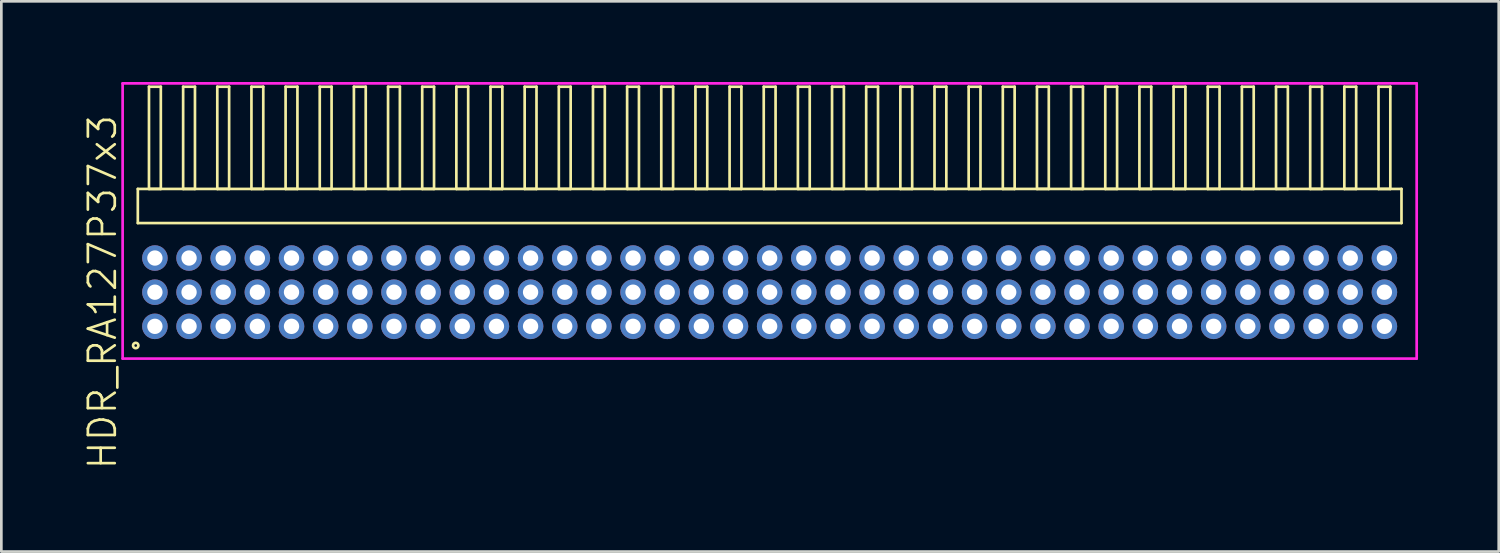
<source format=kicad_pcb>
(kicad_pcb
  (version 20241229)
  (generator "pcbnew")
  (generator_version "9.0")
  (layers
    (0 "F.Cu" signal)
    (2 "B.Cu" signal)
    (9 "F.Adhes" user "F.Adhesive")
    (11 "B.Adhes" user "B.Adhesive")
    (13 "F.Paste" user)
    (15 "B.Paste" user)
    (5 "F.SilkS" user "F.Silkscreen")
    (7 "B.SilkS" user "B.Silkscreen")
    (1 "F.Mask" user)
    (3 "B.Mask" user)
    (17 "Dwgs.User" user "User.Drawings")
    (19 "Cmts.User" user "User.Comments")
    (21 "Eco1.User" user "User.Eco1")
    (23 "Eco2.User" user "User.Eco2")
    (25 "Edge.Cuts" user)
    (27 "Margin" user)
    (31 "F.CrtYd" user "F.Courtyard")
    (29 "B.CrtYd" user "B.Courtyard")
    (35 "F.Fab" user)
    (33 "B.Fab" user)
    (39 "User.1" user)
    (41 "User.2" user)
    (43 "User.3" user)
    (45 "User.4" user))
  (footprint "HDR_RA127P37x3"
    (layer "F.Cu")
    (at 25.57 7.815)
    (property "Reference" "HDR_RA127P37x3" (at -24.81 0 90) (layer "F.SilkS") (effects (font (size 1 1) (thickness 0.1))))
    (attr through_hole)
    (fp_line (start -23.495 -3.84) (end -23.495 -2.57) (stroke (width 0.1) (type solid)) (layer "F.SilkS"))
    (fp_line (start -23.495 -2.57) (end 23.495 -2.57) (stroke (width 0.1) (type solid)) (layer "F.SilkS"))
    (fp_line (start -23.08 -7.64) (end -23.08 -3.84) (stroke (width 0.1) (type solid)) (layer "F.SilkS"))
    (fp_line (start -23.08 -3.84) (end -22.64 -3.84) (stroke (width 0.1) (type solid)) (layer "F.SilkS"))
    (fp_line (start -22.64 -7.64) (end -23.08 -7.64) (stroke (width 0.1) (type solid)) (layer "F.SilkS"))
    (fp_line (start -22.64 -3.84) (end -22.64 -7.64) (stroke (width 0.1) (type solid)) (layer "F.SilkS"))
    (fp_line (start -21.81 -7.64) (end -21.81 -3.84) (stroke (width 0.1) (type solid)) (layer "F.SilkS"))
    (fp_line (start -21.81 -3.84) (end -21.37 -3.84) (stroke (width 0.1) (type solid)) (layer "F.SilkS"))
    (fp_line (start -21.37 -7.64) (end -21.81 -7.64) (stroke (width 0.1) (type solid)) (layer "F.SilkS"))
    (fp_line (start -21.37 -3.84) (end -21.37 -7.64) (stroke (width 0.1) (type solid)) (layer "F.SilkS"))
    (fp_line (start -20.54 -7.64) (end -20.54 -3.84) (stroke (width 0.1) (type solid)) (layer "F.SilkS"))
    (fp_line (start -20.54 -3.84) (end -20.1 -3.84) (stroke (width 0.1) (type solid)) (layer "F.SilkS"))
    (fp_line (start -20.1 -7.64) (end -20.54 -7.64) (stroke (width 0.1) (type solid)) (layer "F.SilkS"))
    (fp_line (start -20.1 -3.84) (end -20.1 -7.64) (stroke (width 0.1) (type solid)) (layer "F.SilkS"))
    (fp_line (start -19.27 -7.64) (end -19.27 -3.84) (stroke (width 0.1) (type solid)) (layer "F.SilkS"))
    (fp_line (start -19.27 -3.84) (end -18.83 -3.84) (stroke (width 0.1) (type solid)) (layer "F.SilkS"))
    (fp_line (start -18.83 -7.64) (end -19.27 -7.64) (stroke (width 0.1) (type solid)) (layer "F.SilkS"))
    (fp_line (start -18.83 -3.84) (end -18.83 -7.64) (stroke (width 0.1) (type solid)) (layer "F.SilkS"))
    (fp_line (start -18 -7.64) (end -18 -3.84) (stroke (width 0.1) (type solid)) (layer "F.SilkS"))
    (fp_line (start -18 -3.84) (end -17.56 -3.84) (stroke (width 0.1) (type solid)) (layer "F.SilkS"))
    (fp_line (start -17.56 -7.64) (end -18 -7.64) (stroke (width 0.1) (type solid)) (layer "F.SilkS"))
    (fp_line (start -17.56 -3.84) (end -17.56 -7.64) (stroke (width 0.1) (type solid)) (layer "F.SilkS"))
    (fp_line (start -16.73 -7.64) (end -16.73 -3.84) (stroke (width 0.1) (type solid)) (layer "F.SilkS"))
    (fp_line (start -16.73 -3.84) (end -16.29 -3.84) (stroke (width 0.1) (type solid)) (layer "F.SilkS"))
    (fp_line (start -16.29 -7.64) (end -16.73 -7.64) (stroke (width 0.1) (type solid)) (layer "F.SilkS"))
    (fp_line (start -16.29 -3.84) (end -16.29 -7.64) (stroke (width 0.1) (type solid)) (layer "F.SilkS"))
    (fp_line (start -15.46 -7.64) (end -15.46 -3.84) (stroke (width 0.1) (type solid)) (layer "F.SilkS"))
    (fp_line (start -15.46 -3.84) (end -15.02 -3.84) (stroke (width 0.1) (type solid)) (layer "F.SilkS"))
    (fp_line (start -15.02 -7.64) (end -15.46 -7.64) (stroke (width 0.1) (type solid)) (layer "F.SilkS"))
    (fp_line (start -15.02 -3.84) (end -15.02 -7.64) (stroke (width 0.1) (type solid)) (layer "F.SilkS"))
    (fp_line (start -14.19 -7.64) (end -14.19 -3.84) (stroke (width 0.1) (type solid)) (layer "F.SilkS"))
    (fp_line (start -14.19 -3.84) (end -13.75 -3.84) (stroke (width 0.1) (type solid)) (layer "F.SilkS"))
    (fp_line (start -13.75 -7.64) (end -14.19 -7.64) (stroke (width 0.1) (type solid)) (layer "F.SilkS"))
    (fp_line (start -13.75 -3.84) (end -13.75 -7.64) (stroke (width 0.1) (type solid)) (layer "F.SilkS"))
    (fp_line (start -12.92 -7.64) (end -12.92 -3.84) (stroke (width 0.1) (type solid)) (layer "F.SilkS"))
    (fp_line (start -12.92 -3.84) (end -12.48 -3.84) (stroke (width 0.1) (type solid)) (layer "F.SilkS"))
    (fp_line (start -12.48 -7.64) (end -12.92 -7.64) (stroke (width 0.1) (type solid)) (layer "F.SilkS"))
    (fp_line (start -12.48 -3.84) (end -12.48 -7.64) (stroke (width 0.1) (type solid)) (layer "F.SilkS"))
    (fp_line (start -11.65 -7.64) (end -11.65 -3.84) (stroke (width 0.1) (type solid)) (layer "F.SilkS"))
    (fp_line (start -11.65 -3.84) (end -11.21 -3.84) (stroke (width 0.1) (type solid)) (layer "F.SilkS"))
    (fp_line (start -11.21 -7.64) (end -11.65 -7.64) (stroke (width 0.1) (type solid)) (layer "F.SilkS"))
    (fp_line (start -11.21 -3.84) (end -11.21 -7.64) (stroke (width 0.1) (type solid)) (layer "F.SilkS"))
    (fp_line (start -10.38 -7.64) (end -10.38 -3.84) (stroke (width 0.1) (type solid)) (layer "F.SilkS"))
    (fp_line (start -10.38 -3.84) (end -9.94 -3.84) (stroke (width 0.1) (type solid)) (layer "F.SilkS"))
    (fp_line (start -9.94 -7.64) (end -10.38 -7.64) (stroke (width 0.1) (type solid)) (layer "F.SilkS"))
    (fp_line (start -9.94 -3.84) (end -9.94 -7.64) (stroke (width 0.1) (type solid)) (layer "F.SilkS"))
    (fp_line (start -9.11 -7.64) (end -9.11 -3.84) (stroke (width 0.1) (type solid)) (layer "F.SilkS"))
    (fp_line (start -9.11 -3.84) (end -8.67 -3.84) (stroke (width 0.1) (type solid)) (layer "F.SilkS"))
    (fp_line (start -8.67 -7.64) (end -9.11 -7.64) (stroke (width 0.1) (type solid)) (layer "F.SilkS"))
    (fp_line (start -8.67 -3.84) (end -8.67 -7.64) (stroke (width 0.1) (type solid)) (layer "F.SilkS"))
    (fp_line (start -7.84 -7.64) (end -7.84 -3.84) (stroke (width 0.1) (type solid)) (layer "F.SilkS"))
    (fp_line (start -7.84 -3.84) (end -7.4 -3.84) (stroke (width 0.1) (type solid)) (layer "F.SilkS"))
    (fp_line (start -7.4 -7.64) (end -7.84 -7.64) (stroke (width 0.1) (type solid)) (layer "F.SilkS"))
    (fp_line (start -7.4 -3.84) (end -7.4 -7.64) (stroke (width 0.1) (type solid)) (layer "F.SilkS"))
    (fp_line (start -6.57 -7.64) (end -6.57 -3.84) (stroke (width 0.1) (type solid)) (layer "F.SilkS"))
    (fp_line (start -6.57 -3.84) (end -6.13 -3.84) (stroke (width 0.1) (type solid)) (layer "F.SilkS"))
    (fp_line (start -6.13 -7.64) (end -6.57 -7.64) (stroke (width 0.1) (type solid)) (layer "F.SilkS"))
    (fp_line (start -6.13 -3.84) (end -6.13 -7.64) (stroke (width 0.1) (type solid)) (layer "F.SilkS"))
    (fp_line (start -5.3 -7.64) (end -5.3 -3.84) (stroke (width 0.1) (type solid)) (layer "F.SilkS"))
    (fp_line (start -5.3 -3.84) (end -4.86 -3.84) (stroke (width 0.1) (type solid)) (layer "F.SilkS"))
    (fp_line (start -4.86 -7.64) (end -5.3 -7.64) (stroke (width 0.1) (type solid)) (layer "F.SilkS"))
    (fp_line (start -4.86 -3.84) (end -4.86 -7.64) (stroke (width 0.1) (type solid)) (layer "F.SilkS"))
    (fp_line (start -4.03 -7.64) (end -4.03 -3.84) (stroke (width 0.1) (type solid)) (layer "F.SilkS"))
    (fp_line (start -4.03 -3.84) (end -3.59 -3.84) (stroke (width 0.1) (type solid)) (layer "F.SilkS"))
    (fp_line (start -3.59 -7.64) (end -4.03 -7.64) (stroke (width 0.1) (type solid)) (layer "F.SilkS"))
    (fp_line (start -3.59 -3.84) (end -3.59 -7.64) (stroke (width 0.1) (type solid)) (layer "F.SilkS"))
    (fp_line (start -2.76 -7.64) (end -2.76 -3.84) (stroke (width 0.1) (type solid)) (layer "F.SilkS"))
    (fp_line (start -2.76 -3.84) (end -2.32 -3.84) (stroke (width 0.1) (type solid)) (layer "F.SilkS"))
    (fp_line (start -2.32 -7.64) (end -2.76 -7.64) (stroke (width 0.1) (type solid)) (layer "F.SilkS"))
    (fp_line (start -2.32 -3.84) (end -2.32 -7.64) (stroke (width 0.1) (type solid)) (layer "F.SilkS"))
    (fp_line (start -1.49 -7.64) (end -1.49 -3.84) (stroke (width 0.1) (type solid)) (layer "F.SilkS"))
    (fp_line (start -1.49 -3.84) (end -1.05 -3.84) (stroke (width 0.1) (type solid)) (layer "F.SilkS"))
    (fp_line (start -1.05 -7.64) (end -1.49 -7.64) (stroke (width 0.1) (type solid)) (layer "F.SilkS"))
    (fp_line (start -1.05 -3.84) (end -1.05 -7.64) (stroke (width 0.1) (type solid)) (layer "F.SilkS"))
    (fp_line (start -0.22 -7.64) (end -0.22 -3.84) (stroke (width 0.1) (type solid)) (layer "F.SilkS"))
    (fp_line (start -0.22 -3.84) (end 0.22 -3.84) (stroke (width 0.1) (type solid)) (layer "F.SilkS"))
    (fp_line (start 0.22 -7.64) (end -0.22 -7.64) (stroke (width 0.1) (type solid)) (layer "F.SilkS"))
    (fp_line (start 0.22 -3.84) (end 0.22 -7.64) (stroke (width 0.1) (type solid)) (layer "F.SilkS"))
    (fp_line (start 1.05 -7.64) (end 1.05 -3.84) (stroke (width 0.1) (type solid)) (layer "F.SilkS"))
    (fp_line (start 1.05 -3.84) (end 1.49 -3.84) (stroke (width 0.1) (type solid)) (layer "F.SilkS"))
    (fp_line (start 1.49 -7.64) (end 1.05 -7.64) (stroke (width 0.1) (type solid)) (layer "F.SilkS"))
    (fp_line (start 1.49 -3.84) (end 1.49 -7.64) (stroke (width 0.1) (type solid)) (layer "F.SilkS"))
    (fp_line (start 2.32 -7.64) (end 2.32 -3.84) (stroke (width 0.1) (type solid)) (layer "F.SilkS"))
    (fp_line (start 2.32 -3.84) (end 2.76 -3.84) (stroke (width 0.1) (type solid)) (layer "F.SilkS"))
    (fp_line (start 2.76 -7.64) (end 2.32 -7.64) (stroke (width 0.1) (type solid)) (layer "F.SilkS"))
    (fp_line (start 2.76 -3.84) (end 2.76 -7.64) (stroke (width 0.1) (type solid)) (layer "F.SilkS"))
    (fp_line (start 3.59 -7.64) (end 3.59 -3.84) (stroke (width 0.1) (type solid)) (layer "F.SilkS"))
    (fp_line (start 3.59 -3.84) (end 4.03 -3.84) (stroke (width 0.1) (type solid)) (layer "F.SilkS"))
    (fp_line (start 4.03 -7.64) (end 3.59 -7.64) (stroke (width 0.1) (type solid)) (layer "F.SilkS"))
    (fp_line (start 4.03 -3.84) (end 4.03 -7.64) (stroke (width 0.1) (type solid)) (layer "F.SilkS"))
    (fp_line (start 4.86 -7.64) (end 4.86 -3.84) (stroke (width 0.1) (type solid)) (layer "F.SilkS"))
    (fp_line (start 4.86 -3.84) (end 5.3 -3.84) (stroke (width 0.1) (type solid)) (layer "F.SilkS"))
    (fp_line (start 5.3 -7.64) (end 4.86 -7.64) (stroke (width 0.1) (type solid)) (layer "F.SilkS"))
    (fp_line (start 5.3 -3.84) (end 5.3 -7.64) (stroke (width 0.1) (type solid)) (layer "F.SilkS"))
    (fp_line (start 6.13 -7.64) (end 6.13 -3.84) (stroke (width 0.1) (type solid)) (layer "F.SilkS"))
    (fp_line (start 6.13 -3.84) (end 6.57 -3.84) (stroke (width 0.1) (type solid)) (layer "F.SilkS"))
    (fp_line (start 6.57 -7.64) (end 6.13 -7.64) (stroke (width 0.1) (type solid)) (layer "F.SilkS"))
    (fp_line (start 6.57 -3.84) (end 6.57 -7.64) (stroke (width 0.1) (type solid)) (layer "F.SilkS"))
    (fp_line (start 7.4 -7.64) (end 7.4 -3.84) (stroke (width 0.1) (type solid)) (layer "F.SilkS"))
    (fp_line (start 7.4 -3.84) (end 7.84 -3.84) (stroke (width 0.1) (type solid)) (layer "F.SilkS"))
    (fp_line (start 7.84 -7.64) (end 7.4 -7.64) (stroke (width 0.1) (type solid)) (layer "F.SilkS"))
    (fp_line (start 7.84 -3.84) (end 7.84 -7.64) (stroke (width 0.1) (type solid)) (layer "F.SilkS"))
    (fp_line (start 8.67 -7.64) (end 8.67 -3.84) (stroke (width 0.1) (type solid)) (layer "F.SilkS"))
    (fp_line (start 8.67 -3.84) (end 9.11 -3.84) (stroke (width 0.1) (type solid)) (layer "F.SilkS"))
    (fp_line (start 9.11 -7.64) (end 8.67 -7.64) (stroke (width 0.1) (type solid)) (layer "F.SilkS"))
    (fp_line (start 9.11 -3.84) (end 9.11 -7.64) (stroke (width 0.1) (type solid)) (layer "F.SilkS"))
    (fp_line (start 9.94 -7.64) (end 9.94 -3.84) (stroke (width 0.1) (type solid)) (layer "F.SilkS"))
    (fp_line (start 9.94 -3.84) (end 10.38 -3.84) (stroke (width 0.1) (type solid)) (layer "F.SilkS"))
    (fp_line (start 10.38 -7.64) (end 9.94 -7.64) (stroke (width 0.1) (type solid)) (layer "F.SilkS"))
    (fp_line (start 10.38 -3.84) (end 10.38 -7.64) (stroke (width 0.1) (type solid)) (layer "F.SilkS"))
    (fp_line (start 11.21 -7.64) (end 11.21 -3.84) (stroke (width 0.1) (type solid)) (layer "F.SilkS"))
    (fp_line (start 11.21 -3.84) (end 11.65 -3.84) (stroke (width 0.1) (type solid)) (layer "F.SilkS"))
    (fp_line (start 11.65 -7.64) (end 11.21 -7.64) (stroke (width 0.1) (type solid)) (layer "F.SilkS"))
    (fp_line (start 11.65 -3.84) (end 11.65 -7.64) (stroke (width 0.1) (type solid)) (layer "F.SilkS"))
    (fp_line (start 12.48 -7.64) (end 12.48 -3.84) (stroke (width 0.1) (type solid)) (layer "F.SilkS"))
    (fp_line (start 12.48 -3.84) (end 12.92 -3.84) (stroke (width 0.1) (type solid)) (layer "F.SilkS"))
    (fp_line (start 12.92 -7.64) (end 12.48 -7.64) (stroke (width 0.1) (type solid)) (layer "F.SilkS"))
    (fp_line (start 12.92 -3.84) (end 12.92 -7.64) (stroke (width 0.1) (type solid)) (layer "F.SilkS"))
    (fp_line (start 13.75 -7.64) (end 13.75 -3.84) (stroke (width 0.1) (type solid)) (layer "F.SilkS"))
    (fp_line (start 13.75 -3.84) (end 14.19 -3.84) (stroke (width 0.1) (type solid)) (layer "F.SilkS"))
    (fp_line (start 14.19 -7.64) (end 13.75 -7.64) (stroke (width 0.1) (type solid)) (layer "F.SilkS"))
    (fp_line (start 14.19 -3.84) (end 14.19 -7.64) (stroke (width 0.1) (type solid)) (layer "F.SilkS"))
    (fp_line (start 15.02 -7.64) (end 15.02 -3.84) (stroke (width 0.1) (type solid)) (layer "F.SilkS"))
    (fp_line (start 15.02 -3.84) (end 15.46 -3.84) (stroke (width 0.1) (type solid)) (layer "F.SilkS"))
    (fp_line (start 15.46 -7.64) (end 15.02 -7.64) (stroke (width 0.1) (type solid)) (layer "F.SilkS"))
    (fp_line (start 15.46 -3.84) (end 15.46 -7.64) (stroke (width 0.1) (type solid)) (layer "F.SilkS"))
    (fp_line (start 16.29 -7.64) (end 16.29 -3.84) (stroke (width 0.1) (type solid)) (layer "F.SilkS"))
    (fp_line (start 16.29 -3.84) (end 16.73 -3.84) (stroke (width 0.1) (type solid)) (layer "F.SilkS"))
    (fp_line (start 16.73 -7.64) (end 16.29 -7.64) (stroke (width 0.1) (type solid)) (layer "F.SilkS"))
    (fp_line (start 16.73 -3.84) (end 16.73 -7.64) (stroke (width 0.1) (type solid)) (layer "F.SilkS"))
    (fp_line (start 17.56 -7.64) (end 17.56 -3.84) (stroke (width 0.1) (type solid)) (layer "F.SilkS"))
    (fp_line (start 17.56 -3.84) (end 18 -3.84) (stroke (width 0.1) (type solid)) (layer "F.SilkS"))
    (fp_line (start 18 -7.64) (end 17.56 -7.64) (stroke (width 0.1) (type solid)) (layer "F.SilkS"))
    (fp_line (start 18 -3.84) (end 18 -7.64) (stroke (width 0.1) (type solid)) (layer "F.SilkS"))
    (fp_line (start 18.83 -7.64) (end 18.83 -3.84) (stroke (width 0.1) (type solid)) (layer "F.SilkS"))
    (fp_line (start 18.83 -3.84) (end 19.27 -3.84) (stroke (width 0.1) (type solid)) (layer "F.SilkS"))
    (fp_line (start 19.27 -7.64) (end 18.83 -7.64) (stroke (width 0.1) (type solid)) (layer "F.SilkS"))
    (fp_line (start 19.27 -3.84) (end 19.27 -7.64) (stroke (width 0.1) (type solid)) (layer "F.SilkS"))
    (fp_line (start 20.1 -7.64) (end 20.1 -3.84) (stroke (width 0.1) (type solid)) (layer "F.SilkS"))
    (fp_line (start 20.1 -3.84) (end 20.54 -3.84) (stroke (width 0.1) (type solid)) (layer "F.SilkS"))
    (fp_line (start 20.54 -7.64) (end 20.1 -7.64) (stroke (width 0.1) (type solid)) (layer "F.SilkS"))
    (fp_line (start 20.54 -3.84) (end 20.54 -7.64) (stroke (width 0.1) (type solid)) (layer "F.SilkS"))
    (fp_line (start 21.37 -7.64) (end 21.37 -3.84) (stroke (width 0.1) (type solid)) (layer "F.SilkS"))
    (fp_line (start 21.37 -3.84) (end 21.81 -3.84) (stroke (width 0.1) (type solid)) (layer "F.SilkS"))
    (fp_line (start 21.81 -7.64) (end 21.37 -7.64) (stroke (width 0.1) (type solid)) (layer "F.SilkS"))
    (fp_line (start 21.81 -3.84) (end 21.81 -7.64) (stroke (width 0.1) (type solid)) (layer "F.SilkS"))
    (fp_line (start 22.64 -7.64) (end 22.64 -3.84) (stroke (width 0.1) (type solid)) (layer "F.SilkS"))
    (fp_line (start 22.64 -3.84) (end 23.08 -3.84) (stroke (width 0.1) (type solid)) (layer "F.SilkS"))
    (fp_line (start 23.08 -7.64) (end 22.64 -7.64) (stroke (width 0.1) (type solid)) (layer "F.SilkS"))
    (fp_line (start 23.08 -3.84) (end 23.08 -7.64) (stroke (width 0.1) (type solid)) (layer "F.SilkS"))
    (fp_line (start 23.495 -3.84) (end -23.495 -3.84) (stroke (width 0.1) (type solid)) (layer "F.SilkS"))
    (fp_line (start 23.495 -2.57) (end 23.495 -3.84) (stroke (width 0.1) (type solid)) (layer "F.SilkS"))
    (fp_circle (center -23.573 1.983) (end -23.473 1.983) (stroke (width 0.1) (type solid)) (fill no) (layer "F.SilkS"))
    (fp_line (start -24.06 -7.765) (end -24.06 2.47) (stroke (width 0.1) (type solid)) (layer "F.CrtYd"))
    (fp_line (start -24.06 2.47) (end 24.06 2.47) (stroke (width 0.1) (type solid)) (layer "F.CrtYd"))
    (fp_line (start 24.06 -7.765) (end -24.06 -7.765) (stroke (width 0.1) (type solid)) (layer "F.CrtYd"))
    (fp_line (start 24.06 2.47) (end 24.06 -7.765) (stroke (width 0.1) (type solid)) (layer "F.CrtYd"))
    (pad "1" thru_hole oval (at -22.86 1.27) (size 0.95 0.95) (drill 0.57) (layers "*.Cu" "*.Mask"))
    (pad "2" thru_hole oval (at -22.86 0) (size 0.95 0.95) (drill 0.57) (layers "*.Cu" "*.Mask"))
    (pad "3" thru_hole oval (at -22.86 -1.27) (size 0.95 0.95) (drill 0.57) (layers "*.Cu" "*.Mask"))
    (pad "4" thru_hole oval (at -21.59 1.27) (size 0.95 0.95) (drill 0.57) (layers "*.Cu" "*.Mask"))
    (pad "5" thru_hole oval (at -21.59 0) (size 0.95 0.95) (drill 0.57) (layers "*.Cu" "*.Mask"))
    (pad "6" thru_hole oval (at -21.59 -1.27) (size 0.95 0.95) (drill 0.57) (layers "*.Cu" "*.Mask"))
    (pad "7" thru_hole oval (at -20.32 1.27) (size 0.95 0.95) (drill 0.57) (layers "*.Cu" "*.Mask"))
    (pad "8" thru_hole oval (at -20.32 0) (size 0.95 0.95) (drill 0.57) (layers "*.Cu" "*.Mask"))
    (pad "9" thru_hole oval (at -20.32 -1.27) (size 0.95 0.95) (drill 0.57) (layers "*.Cu" "*.Mask"))
    (pad "10" thru_hole oval (at -19.05 1.27) (size 0.95 0.95) (drill 0.57) (layers "*.Cu" "*.Mask"))
    (pad "11" thru_hole oval (at -19.05 0) (size 0.95 0.95) (drill 0.57) (layers "*.Cu" "*.Mask"))
    (pad "12" thru_hole oval (at -19.05 -1.27) (size 0.95 0.95) (drill 0.57) (layers "*.Cu" "*.Mask"))
    (pad "13" thru_hole oval (at -17.78 1.27) (size 0.95 0.95) (drill 0.57) (layers "*.Cu" "*.Mask"))
    (pad "14" thru_hole oval (at -17.78 0) (size 0.95 0.95) (drill 0.57) (layers "*.Cu" "*.Mask"))
    (pad "15" thru_hole oval (at -17.78 -1.27) (size 0.95 0.95) (drill 0.57) (layers "*.Cu" "*.Mask"))
    (pad "16" thru_hole oval (at -16.51 1.27) (size 0.95 0.95) (drill 0.57) (layers "*.Cu" "*.Mask"))
    (pad "17" thru_hole oval (at -16.51 0) (size 0.95 0.95) (drill 0.57) (layers "*.Cu" "*.Mask"))
    (pad "18" thru_hole oval (at -16.51 -1.27) (size 0.95 0.95) (drill 0.57) (layers "*.Cu" "*.Mask"))
    (pad "19" thru_hole oval (at -15.24 1.27) (size 0.95 0.95) (drill 0.57) (layers "*.Cu" "*.Mask"))
    (pad "20" thru_hole oval (at -15.24 0) (size 0.95 0.95) (drill 0.57) (layers "*.Cu" "*.Mask"))
    (pad "21" thru_hole oval (at -15.24 -1.27) (size 0.95 0.95) (drill 0.57) (layers "*.Cu" "*.Mask"))
    (pad "22" thru_hole oval (at -13.97 1.27) (size 0.95 0.95) (drill 0.57) (layers "*.Cu" "*.Mask"))
    (pad "23" thru_hole oval (at -13.97 0) (size 0.95 0.95) (drill 0.57) (layers "*.Cu" "*.Mask"))
    (pad "24" thru_hole oval (at -13.97 -1.27) (size 0.95 0.95) (drill 0.57) (layers "*.Cu" "*.Mask"))
    (pad "25" thru_hole oval (at -12.7 1.27) (size 0.95 0.95) (drill 0.57) (layers "*.Cu" "*.Mask"))
    (pad "26" thru_hole oval (at -12.7 0) (size 0.95 0.95) (drill 0.57) (layers "*.Cu" "*.Mask"))
    (pad "27" thru_hole oval (at -12.7 -1.27) (size 0.95 0.95) (drill 0.57) (layers "*.Cu" "*.Mask"))
    (pad "28" thru_hole oval (at -11.43 1.27) (size 0.95 0.95) (drill 0.57) (layers "*.Cu" "*.Mask"))
    (pad "29" thru_hole oval (at -11.43 0) (size 0.95 0.95) (drill 0.57) (layers "*.Cu" "*.Mask"))
    (pad "30" thru_hole oval (at -11.43 -1.27) (size 0.95 0.95) (drill 0.57) (layers "*.Cu" "*.Mask"))
    (pad "31" thru_hole oval (at -10.16 1.27) (size 0.95 0.95) (drill 0.57) (layers "*.Cu" "*.Mask"))
    (pad "32" thru_hole oval (at -10.16 0) (size 0.95 0.95) (drill 0.57) (layers "*.Cu" "*.Mask"))
    (pad "33" thru_hole oval (at -10.16 -1.27) (size 0.95 0.95) (drill 0.57) (layers "*.Cu" "*.Mask"))
    (pad "34" thru_hole oval (at -8.89 1.27) (size 0.95 0.95) (drill 0.57) (layers "*.Cu" "*.Mask"))
    (pad "35" thru_hole oval (at -8.89 0) (size 0.95 0.95) (drill 0.57) (layers "*.Cu" "*.Mask"))
    (pad "36" thru_hole oval (at -8.89 -1.27) (size 0.95 0.95) (drill 0.57) (layers "*.Cu" "*.Mask"))
    (pad "37" thru_hole oval (at -7.62 1.27) (size 0.95 0.95) (drill 0.57) (layers "*.Cu" "*.Mask"))
    (pad "38" thru_hole oval (at -7.62 0) (size 0.95 0.95) (drill 0.57) (layers "*.Cu" "*.Mask"))
    (pad "39" thru_hole oval (at -7.62 -1.27) (size 0.95 0.95) (drill 0.57) (layers "*.Cu" "*.Mask"))
    (pad "40" thru_hole oval (at -6.35 1.27) (size 0.95 0.95) (drill 0.57) (layers "*.Cu" "*.Mask"))
    (pad "41" thru_hole oval (at -6.35 0) (size 0.95 0.95) (drill 0.57) (layers "*.Cu" "*.Mask"))
    (pad "42" thru_hole oval (at -6.35 -1.27) (size 0.95 0.95) (drill 0.57) (layers "*.Cu" "*.Mask"))
    (pad "43" thru_hole oval (at -5.08 1.27) (size 0.95 0.95) (drill 0.57) (layers "*.Cu" "*.Mask"))
    (pad "44" thru_hole oval (at -5.08 0) (size 0.95 0.95) (drill 0.57) (layers "*.Cu" "*.Mask"))
    (pad "45" thru_hole oval (at -5.08 -1.27) (size 0.95 0.95) (drill 0.57) (layers "*.Cu" "*.Mask"))
    (pad "46" thru_hole oval (at -3.81 1.27) (size 0.95 0.95) (drill 0.57) (layers "*.Cu" "*.Mask"))
    (pad "47" thru_hole oval (at -3.81 0) (size 0.95 0.95) (drill 0.57) (layers "*.Cu" "*.Mask"))
    (pad "48" thru_hole oval (at -3.81 -1.27) (size 0.95 0.95) (drill 0.57) (layers "*.Cu" "*.Mask"))
    (pad "49" thru_hole oval (at -2.54 1.27) (size 0.95 0.95) (drill 0.57) (layers "*.Cu" "*.Mask"))
    (pad "50" thru_hole oval (at -2.54 0) (size 0.95 0.95) (drill 0.57) (layers "*.Cu" "*.Mask"))
    (pad "51" thru_hole oval (at -2.54 -1.27) (size 0.95 0.95) (drill 0.57) (layers "*.Cu" "*.Mask"))
    (pad "52" thru_hole oval (at -1.27 1.27) (size 0.95 0.95) (drill 0.57) (layers "*.Cu" "*.Mask"))
    (pad "53" thru_hole oval (at -1.27 0) (size 0.95 0.95) (drill 0.57) (layers "*.Cu" "*.Mask"))
    (pad "54" thru_hole oval (at -1.27 -1.27) (size 0.95 0.95) (drill 0.57) (layers "*.Cu" "*.Mask"))
    (pad "55" thru_hole oval (at 0 1.27) (size 0.95 0.95) (drill 0.57) (layers "*.Cu" "*.Mask"))
    (pad "56" thru_hole oval (at 0 0) (size 0.95 0.95) (drill 0.57) (layers "*.Cu" "*.Mask"))
    (pad "57" thru_hole oval (at 0 -1.27) (size 0.95 0.95) (drill 0.57) (layers "*.Cu" "*.Mask"))
    (pad "58" thru_hole oval (at 1.27 1.27) (size 0.95 0.95) (drill 0.57) (layers "*.Cu" "*.Mask"))
    (pad "59" thru_hole oval (at 1.27 0) (size 0.95 0.95) (drill 0.57) (layers "*.Cu" "*.Mask"))
    (pad "60" thru_hole oval (at 1.27 -1.27) (size 0.95 0.95) (drill 0.57) (layers "*.Cu" "*.Mask"))
    (pad "61" thru_hole oval (at 2.54 1.27) (size 0.95 0.95) (drill 0.57) (layers "*.Cu" "*.Mask"))
    (pad "62" thru_hole oval (at 2.54 0) (size 0.95 0.95) (drill 0.57) (layers "*.Cu" "*.Mask"))
    (pad "63" thru_hole oval (at 2.54 -1.27) (size 0.95 0.95) (drill 0.57) (layers "*.Cu" "*.Mask"))
    (pad "64" thru_hole oval (at 3.81 1.27) (size 0.95 0.95) (drill 0.57) (layers "*.Cu" "*.Mask"))
    (pad "65" thru_hole oval (at 3.81 0) (size 0.95 0.95) (drill 0.57) (layers "*.Cu" "*.Mask"))
    (pad "66" thru_hole oval (at 3.81 -1.27) (size 0.95 0.95) (drill 0.57) (layers "*.Cu" "*.Mask"))
    (pad "67" thru_hole oval (at 5.08 1.27) (size 0.95 0.95) (drill 0.57) (layers "*.Cu" "*.Mask"))
    (pad "68" thru_hole oval (at 5.08 0) (size 0.95 0.95) (drill 0.57) (layers "*.Cu" "*.Mask"))
    (pad "69" thru_hole oval (at 5.08 -1.27) (size 0.95 0.95) (drill 0.57) (layers "*.Cu" "*.Mask"))
    (pad "70" thru_hole oval (at 6.35 1.27) (size 0.95 0.95) (drill 0.57) (layers "*.Cu" "*.Mask"))
    (pad "71" thru_hole oval (at 6.35 0) (size 0.95 0.95) (drill 0.57) (layers "*.Cu" "*.Mask"))
    (pad "72" thru_hole oval (at 6.35 -1.27) (size 0.95 0.95) (drill 0.57) (layers "*.Cu" "*.Mask"))
    (pad "73" thru_hole oval (at 7.62 1.27) (size 0.95 0.95) (drill 0.57) (layers "*.Cu" "*.Mask"))
    (pad "74" thru_hole oval (at 7.62 0) (size 0.95 0.95) (drill 0.57) (layers "*.Cu" "*.Mask"))
    (pad "75" thru_hole oval (at 7.62 -1.27) (size 0.95 0.95) (drill 0.57) (layers "*.Cu" "*.Mask"))
    (pad "76" thru_hole oval (at 8.89 1.27) (size 0.95 0.95) (drill 0.57) (layers "*.Cu" "*.Mask"))
    (pad "77" thru_hole oval (at 8.89 0) (size 0.95 0.95) (drill 0.57) (layers "*.Cu" "*.Mask"))
    (pad "78" thru_hole oval (at 8.89 -1.27) (size 0.95 0.95) (drill 0.57) (layers "*.Cu" "*.Mask"))
    (pad "79" thru_hole oval (at 10.16 1.27) (size 0.95 0.95) (drill 0.57) (layers "*.Cu" "*.Mask"))
    (pad "80" thru_hole oval (at 10.16 0) (size 0.95 0.95) (drill 0.57) (layers "*.Cu" "*.Mask"))
    (pad "81" thru_hole oval (at 10.16 -1.27) (size 0.95 0.95) (drill 0.57) (layers "*.Cu" "*.Mask"))
    (pad "82" thru_hole oval (at 11.43 1.27) (size 0.95 0.95) (drill 0.57) (layers "*.Cu" "*.Mask"))
    (pad "83" thru_hole oval (at 11.43 0) (size 0.95 0.95) (drill 0.57) (layers "*.Cu" "*.Mask"))
    (pad "84" thru_hole oval (at 11.43 -1.27) (size 0.95 0.95) (drill 0.57) (layers "*.Cu" "*.Mask"))
    (pad "85" thru_hole oval (at 12.7 1.27) (size 0.95 0.95) (drill 0.57) (layers "*.Cu" "*.Mask"))
    (pad "86" thru_hole oval (at 12.7 0) (size 0.95 0.95) (drill 0.57) (layers "*.Cu" "*.Mask"))
    (pad "87" thru_hole oval (at 12.7 -1.27) (size 0.95 0.95) (drill 0.57) (layers "*.Cu" "*.Mask"))
    (pad "88" thru_hole oval (at 13.97 1.27) (size 0.95 0.95) (drill 0.57) (layers "*.Cu" "*.Mask"))
    (pad "89" thru_hole oval (at 13.97 0) (size 0.95 0.95) (drill 0.57) (layers "*.Cu" "*.Mask"))
    (pad "90" thru_hole oval (at 13.97 -1.27) (size 0.95 0.95) (drill 0.57) (layers "*.Cu" "*.Mask"))
    (pad "91" thru_hole oval (at 15.24 1.27) (size 0.95 0.95) (drill 0.57) (layers "*.Cu" "*.Mask"))
    (pad "92" thru_hole oval (at 15.24 0) (size 0.95 0.95) (drill 0.57) (layers "*.Cu" "*.Mask"))
    (pad "93" thru_hole oval (at 15.24 -1.27) (size 0.95 0.95) (drill 0.57) (layers "*.Cu" "*.Mask"))
    (pad "94" thru_hole oval (at 16.51 1.27) (size 0.95 0.95) (drill 0.57) (layers "*.Cu" "*.Mask"))
    (pad "95" thru_hole oval (at 16.51 0) (size 0.95 0.95) (drill 0.57) (layers "*.Cu" "*.Mask"))
    (pad "96" thru_hole oval (at 16.51 -1.27) (size 0.95 0.95) (drill 0.57) (layers "*.Cu" "*.Mask"))
    (pad "97" thru_hole oval (at 17.78 1.27) (size 0.95 0.95) (drill 0.57) (layers "*.Cu" "*.Mask"))
    (pad "98" thru_hole oval (at 17.78 0) (size 0.95 0.95) (drill 0.57) (layers "*.Cu" "*.Mask"))
    (pad "99" thru_hole oval (at 17.78 -1.27) (size 0.95 0.95) (drill 0.57) (layers "*.Cu" "*.Mask"))
    (pad "100" thru_hole oval (at 19.05 1.27) (size 0.95 0.95) (drill 0.57) (layers "*.Cu" "*.Mask"))
    (pad "101" thru_hole oval (at 19.05 0) (size 0.95 0.95) (drill 0.57) (layers "*.Cu" "*.Mask"))
    (pad "102" thru_hole oval (at 19.05 -1.27) (size 0.95 0.95) (drill 0.57) (layers "*.Cu" "*.Mask"))
    (pad "103" thru_hole oval (at 20.32 1.27) (size 0.95 0.95) (drill 0.57) (layers "*.Cu" "*.Mask"))
    (pad "104" thru_hole oval (at 20.32 0) (size 0.95 0.95) (drill 0.57) (layers "*.Cu" "*.Mask"))
    (pad "105" thru_hole oval (at 20.32 -1.27) (size 0.95 0.95) (drill 0.57) (layers "*.Cu" "*.Mask"))
    (pad "106" thru_hole oval (at 21.59 1.27) (size 0.95 0.95) (drill 0.57) (layers "*.Cu" "*.Mask"))
    (pad "107" thru_hole oval (at 21.59 0) (size 0.95 0.95) (drill 0.57) (layers "*.Cu" "*.Mask"))
    (pad "108" thru_hole oval (at 21.59 -1.27) (size 0.95 0.95) (drill 0.57) (layers "*.Cu" "*.Mask"))
    (pad "109" thru_hole oval (at 22.86 1.27) (size 0.95 0.95) (drill 0.57) (layers "*.Cu" "*.Mask"))
    (pad "110" thru_hole oval (at 22.86 0) (size 0.95 0.95) (drill 0.57) (layers "*.Cu" "*.Mask"))
    (pad "111" thru_hole oval (at 22.86 -1.27) (size 0.95 0.95) (drill 0.57) (layers "*.Cu" "*.Mask")))
  (gr_rect
    (start -3 -3)
    (end 52.681 17.46)
    (stroke (width 0.1) (type default))
    (fill no)
    (layer "Edge.Cuts")))
</source>
